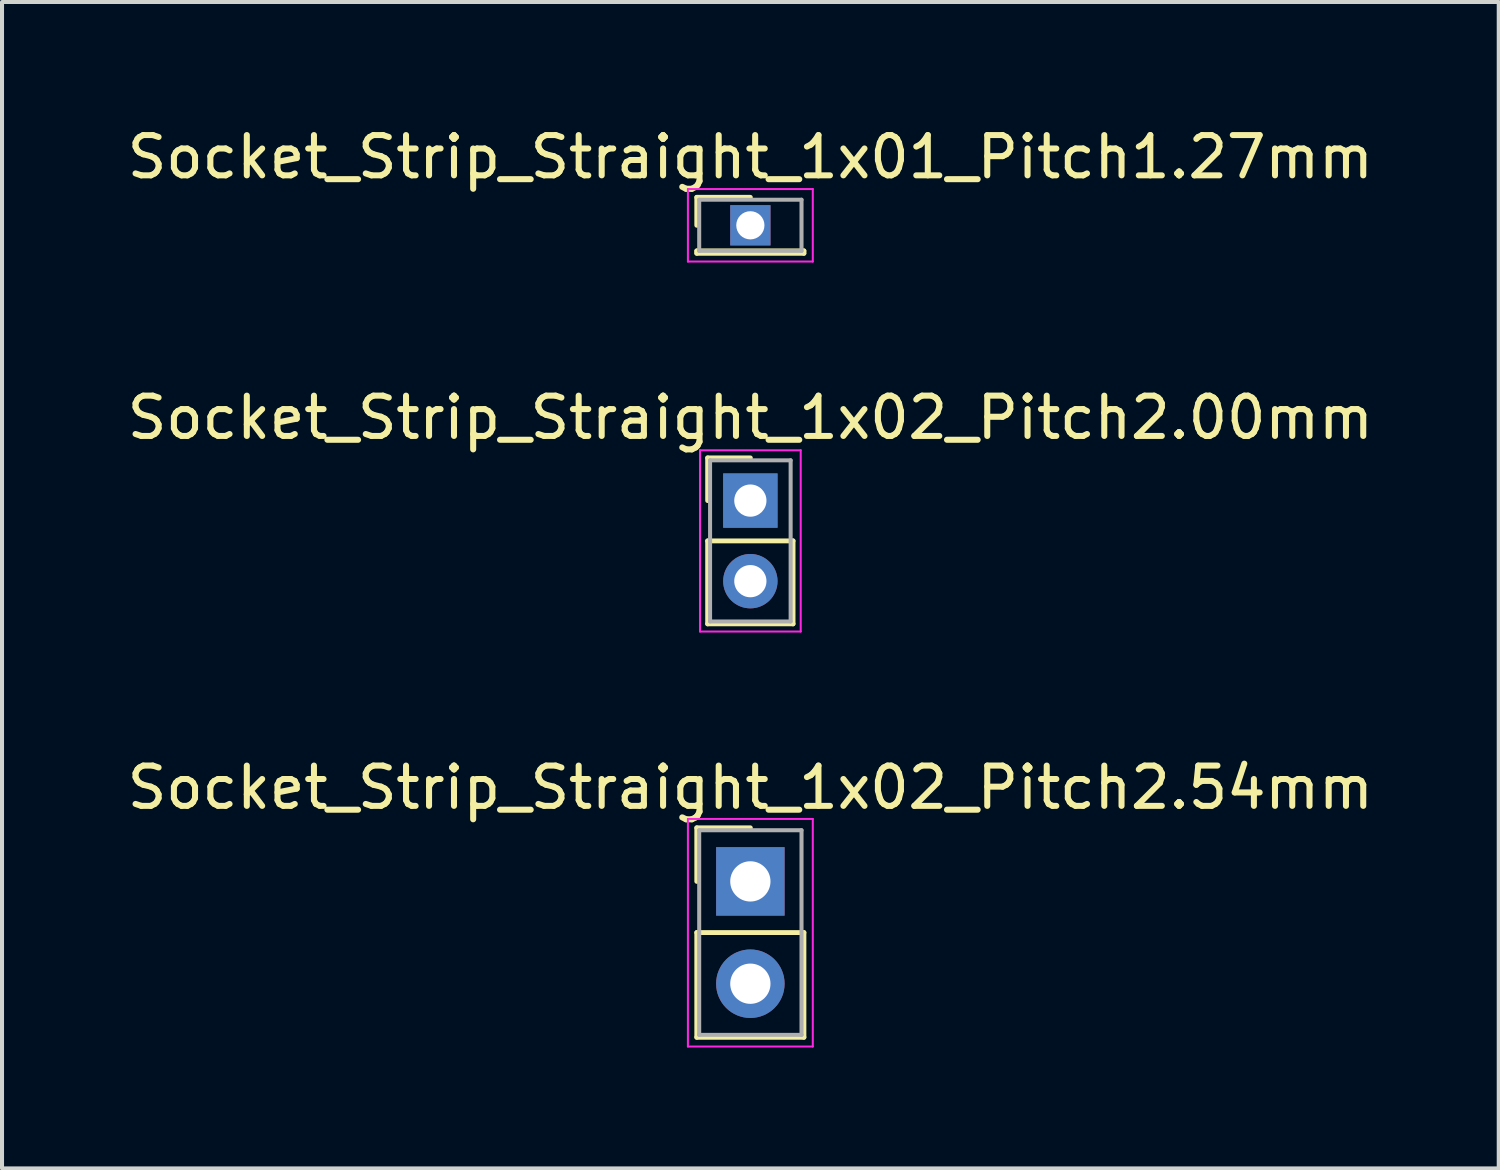
<source format=kicad_pcb>
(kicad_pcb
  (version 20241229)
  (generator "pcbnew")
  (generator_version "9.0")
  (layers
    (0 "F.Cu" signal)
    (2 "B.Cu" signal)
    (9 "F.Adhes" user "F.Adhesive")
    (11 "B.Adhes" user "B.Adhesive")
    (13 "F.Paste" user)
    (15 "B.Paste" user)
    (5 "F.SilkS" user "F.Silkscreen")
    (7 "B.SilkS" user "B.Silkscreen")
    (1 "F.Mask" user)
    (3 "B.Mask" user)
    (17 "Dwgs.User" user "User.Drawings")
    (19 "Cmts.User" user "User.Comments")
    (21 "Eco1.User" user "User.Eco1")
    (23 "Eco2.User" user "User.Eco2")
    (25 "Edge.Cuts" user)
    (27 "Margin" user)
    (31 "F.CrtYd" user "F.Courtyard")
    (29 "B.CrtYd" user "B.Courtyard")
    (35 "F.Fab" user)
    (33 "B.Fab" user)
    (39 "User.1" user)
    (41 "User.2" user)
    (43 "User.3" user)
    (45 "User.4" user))
  (footprint "Socket_Strip_Straight_1x02_Pitch2.54mm"
    (layer "F.Cu")
    (at 15.577 18.83)
    (property "Reference" "Socket_Strip_Straight_1x02_Pitch2.54mm" (at 0 -2.33 0) (layer "F.SilkS") (effects (font (size 1 1) (thickness 0.15))))
    (attr through_hole)
    (fp_line (start -1.33 -1.33) (end 0 -1.33) (stroke (width 0.12) (type solid)) (layer "F.SilkS"))
    (fp_line (start -1.33 0) (end -1.33 -1.33) (stroke (width 0.12) (type solid)) (layer "F.SilkS"))
    (fp_line (start -1.33 1.27) (end -1.33 3.87) (stroke (width 0.12) (type solid)) (layer "F.SilkS"))
    (fp_line (start -1.33 3.87) (end 1.33 3.87) (stroke (width 0.12) (type solid)) (layer "F.SilkS"))
    (fp_line (start 1.33 1.27) (end -1.33 1.27) (stroke (width 0.12) (type solid)) (layer "F.SilkS"))
    (fp_line (start 1.33 3.87) (end 1.33 1.27) (stroke (width 0.12) (type solid)) (layer "F.SilkS"))
    (fp_line (start -1.55 -1.55) (end -1.55 4.1) (stroke (width 0.05) (type solid)) (layer "F.CrtYd"))
    (fp_line (start -1.55 4.1) (end 1.55 4.1) (stroke (width 0.05) (type solid)) (layer "F.CrtYd"))
    (fp_line (start 1.55 -1.55) (end -1.55 -1.55) (stroke (width 0.05) (type solid)) (layer "F.CrtYd"))
    (fp_line (start 1.55 4.1) (end 1.55 -1.55) (stroke (width 0.05) (type solid)) (layer "F.CrtYd"))
    (fp_line (start -1.27 -1.27) (end -1.27 3.81) (stroke (width 0.1) (type solid)) (layer "F.Fab"))
    (fp_line (start -1.27 3.81) (end 1.27 3.81) (stroke (width 0.1) (type solid)) (layer "F.Fab"))
    (fp_line (start 1.27 -1.27) (end -1.27 -1.27) (stroke (width 0.1) (type solid)) (layer "F.Fab"))
    (fp_line (start 1.27 3.81) (end 1.27 -1.27) (stroke (width 0.1) (type solid)) (layer "F.Fab"))
    (pad "1" thru_hole rect (at 0 0) (size 1.7 1.7) (drill 1) (layers "*.Cu" "*.Mask"))
    (pad "2" thru_hole oval (at 0 2.54) (size 1.7 1.7) (drill 1) (layers "*.Cu" "*.Mask")))
  (footprint "Socket_Strip_Straight_1x02_Pitch2.00mm"
    (layer "F.Cu")
    (at 15.577 9.377)
    (property "Reference" "Socket_Strip_Straight_1x02_Pitch2.00mm" (at 0 -2.06 0) (layer "F.SilkS") (effects (font (size 1 1) (thickness 0.15))))
    (attr through_hole)
    (fp_line (start -1.06 -1.06) (end 0 -1.06) (stroke (width 0.12) (type solid)) (layer "F.SilkS"))
    (fp_line (start -1.06 0) (end -1.06 -1.06) (stroke (width 0.12) (type solid)) (layer "F.SilkS"))
    (fp_line (start -1.06 1) (end -1.06 3.06) (stroke (width 0.12) (type solid)) (layer "F.SilkS"))
    (fp_line (start -1.06 3.06) (end 1.06 3.06) (stroke (width 0.12) (type solid)) (layer "F.SilkS"))
    (fp_line (start 1.06 1) (end -1.06 1) (stroke (width 0.12) (type solid)) (layer "F.SilkS"))
    (fp_line (start 1.06 3.06) (end 1.06 1) (stroke (width 0.12) (type solid)) (layer "F.SilkS"))
    (fp_line (start -1.25 -1.25) (end -1.25 3.25) (stroke (width 0.05) (type solid)) (layer "F.CrtYd"))
    (fp_line (start -1.25 3.25) (end 1.25 3.25) (stroke (width 0.05) (type solid)) (layer "F.CrtYd"))
    (fp_line (start 1.25 -1.25) (end -1.25 -1.25) (stroke (width 0.05) (type solid)) (layer "F.CrtYd"))
    (fp_line (start 1.25 3.25) (end 1.25 -1.25) (stroke (width 0.05) (type solid)) (layer "F.CrtYd"))
    (fp_line (start -1 -1) (end -1 3) (stroke (width 0.1) (type solid)) (layer "F.Fab"))
    (fp_line (start -1 3) (end 1 3) (stroke (width 0.1) (type solid)) (layer "F.Fab"))
    (fp_line (start 1 -1) (end -1 -1) (stroke (width 0.1) (type solid)) (layer "F.Fab"))
    (fp_line (start 1 3) (end 1 -1) (stroke (width 0.1) (type solid)) (layer "F.Fab"))
    (pad "1" thru_hole rect (at 0 0) (size 1.35 1.35) (drill 0.8) (layers "*.Cu" "*.Mask"))
    (pad "2" thru_hole oval (at 0 2) (size 1.35 1.35) (drill 0.8) (layers "*.Cu" "*.Mask")))
  (footprint "Socket_Strip_Straight_1x01_Pitch1.27mm"
    (layer "F.Cu")
    (at 15.577 2.543)
    (property "Reference" "Socket_Strip_Straight_1x01_Pitch1.27mm" (at 0 -1.695 0) (layer "F.SilkS") (effects (font (size 1 1) (thickness 0.15))))
    (attr through_hole)
    (fp_line (start -1.33 -0.695) (end 0 -0.695) (stroke (width 0.12) (type solid)) (layer "F.SilkS"))
    (fp_line (start -1.33 0) (end -1.33 -0.695) (stroke (width 0.12) (type solid)) (layer "F.SilkS"))
    (fp_line (start -1.33 0.635) (end -1.33 0.695) (stroke (width 0.12) (type solid)) (layer "F.SilkS"))
    (fp_line (start -1.33 0.695) (end 1.33 0.695) (stroke (width 0.12) (type solid)) (layer "F.SilkS"))
    (fp_line (start 1.33 0.635) (end -1.33 0.635) (stroke (width 0.12) (type solid)) (layer "F.SilkS"))
    (fp_line (start 1.33 0.695) (end 1.33 0.635) (stroke (width 0.12) (type solid)) (layer "F.SilkS"))
    (fp_line (start -1.55 -0.9) (end -1.55 0.9) (stroke (width 0.05) (type solid)) (layer "F.CrtYd"))
    (fp_line (start -1.55 0.9) (end 1.55 0.9) (stroke (width 0.05) (type solid)) (layer "F.CrtYd"))
    (fp_line (start 1.55 -0.9) (end -1.55 -0.9) (stroke (width 0.05) (type solid)) (layer "F.CrtYd"))
    (fp_line (start 1.55 0.9) (end 1.55 -0.9) (stroke (width 0.05) (type solid)) (layer "F.CrtYd"))
    (fp_line (start -1.27 -0.635) (end -1.27 0.635) (stroke (width 0.1) (type solid)) (layer "F.Fab"))
    (fp_line (start -1.27 0.635) (end 1.27 0.635) (stroke (width 0.1) (type solid)) (layer "F.Fab"))
    (fp_line (start 1.27 -0.635) (end -1.27 -0.635) (stroke (width 0.1) (type solid)) (layer "F.Fab"))
    (fp_line (start 1.27 0.635) (end 1.27 -0.635) (stroke (width 0.1) (type solid)) (layer "F.Fab"))
    (pad "1" thru_hole rect (at 0 0) (size 1 1) (drill 0.7) (layers "*.Cu" "*.Mask")))
  (gr_rect
    (start -3 -3)
    (end 34.155 25.955)
    (stroke (width 0.1) (type default))
    (fill no)
    (layer "Edge.Cuts")))
</source>
